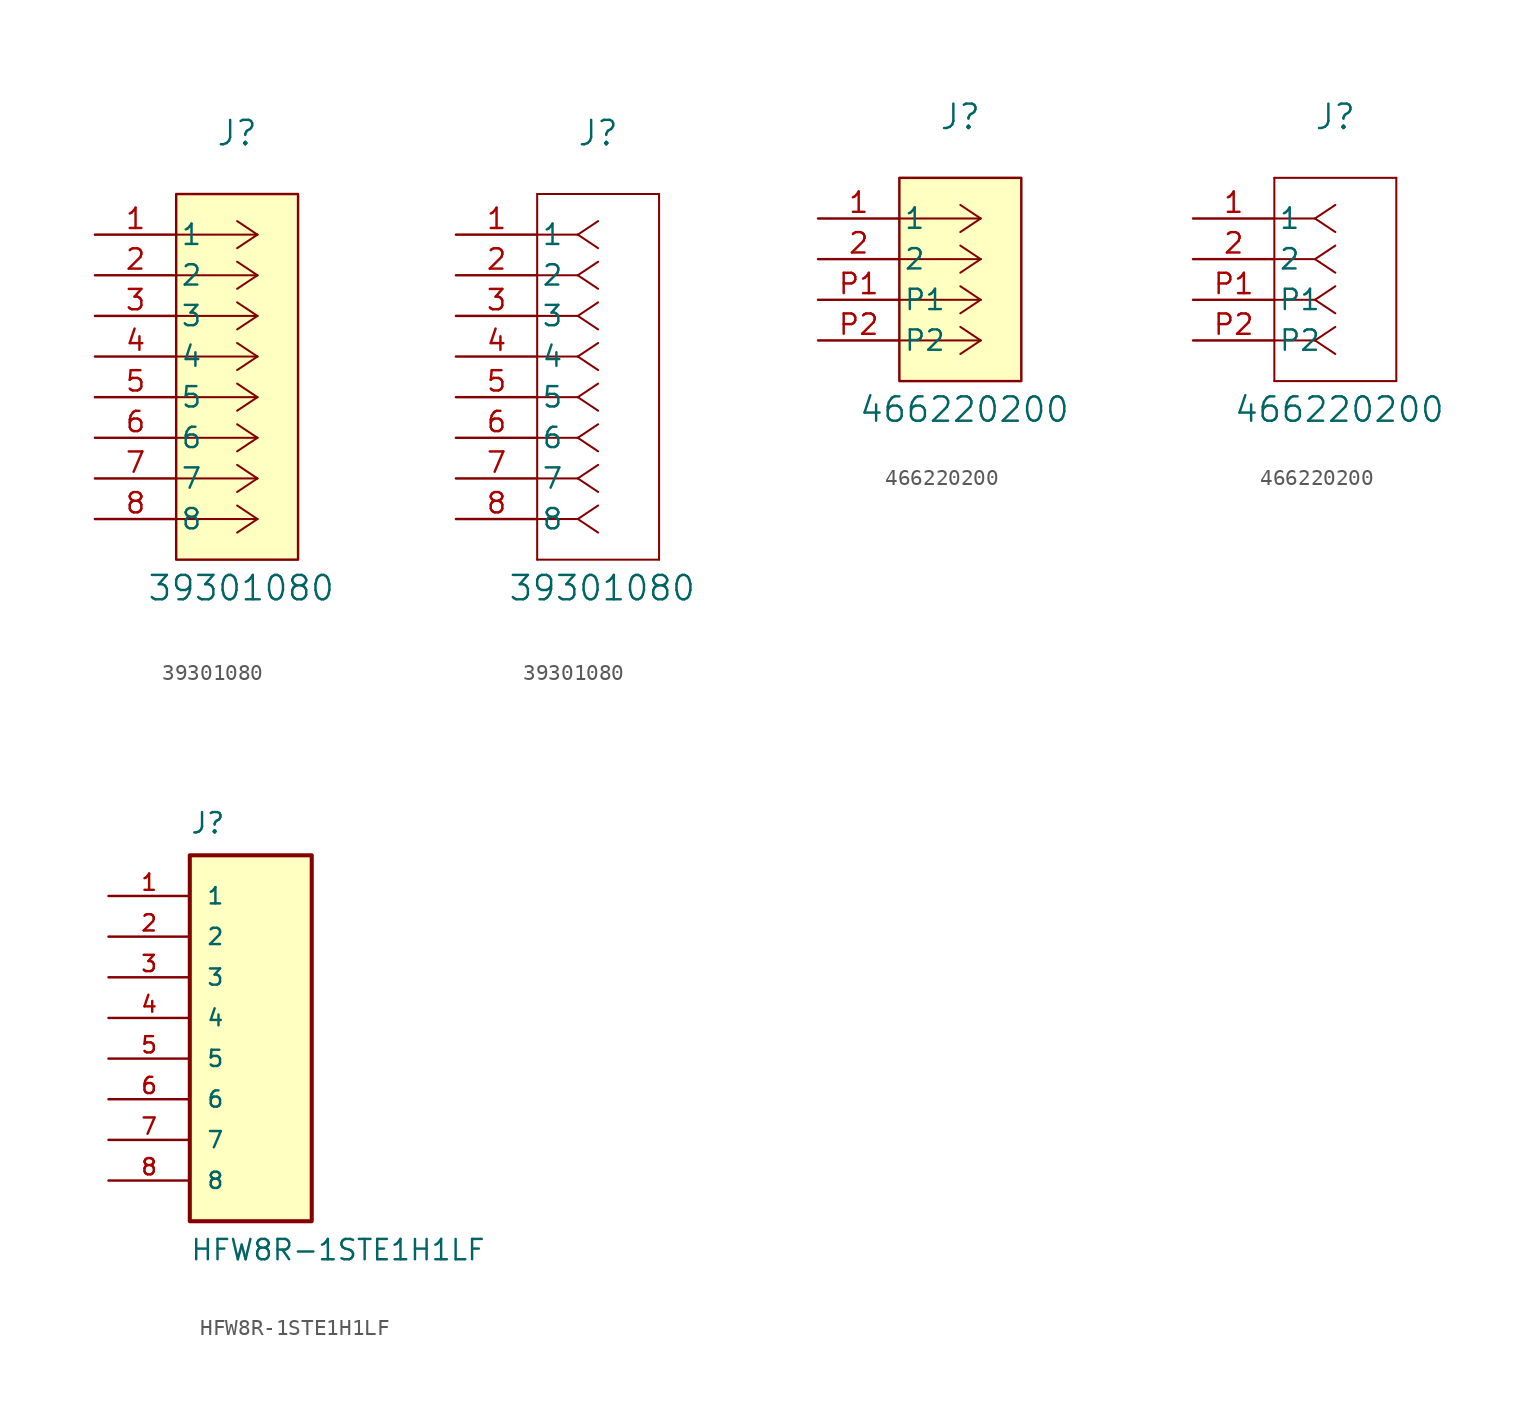
<source format=kicad_sym>
(kicad_symbol_lib
  (version 20231120)
  (generator "kicad_symbol_editor")
  (generator_version "8.0")
  (symbol "39301080"
    (pin_names
      (offset 0.254))
    (property "Reference" "J"
      (at 8.89 6.35 0)
      (effects (font (size 1.524 1.524))))
    (property "Value" "39301080"
      (at 9.144 -22.098 0)
      (effects (font (size 1.524 1.524))))
    (symbol "39301080_1_1"
      (polyline (pts (xy 10.16 -17.78) (xy 5.08 -17.78)) (stroke (width 0.127) (type default)) (fill (type none)))
      (polyline (pts (xy 10.16 -17.78) (xy 8.89 -18.627)) (stroke (width 0.127) (type default)) (fill (type none)))
      (polyline (pts (xy 10.16 -17.78) (xy 8.89 -16.933)) (stroke (width 0.127) (type default)) (fill (type none)))
      (polyline (pts (xy 10.16 -15.24) (xy 5.08 -15.24)) (stroke (width 0.127) (type default)) (fill (type none)))
      (polyline (pts (xy 10.16 -15.24) (xy 8.89 -16.087)) (stroke (width 0.127) (type default)) (fill (type none)))
      (polyline (pts (xy 10.16 -15.24) (xy 8.89 -14.393)) (stroke (width 0.127) (type default)) (fill (type none)))
      (polyline (pts (xy 10.16 -12.7) (xy 5.08 -12.7)) (stroke (width 0.127) (type default)) (fill (type none)))
      (polyline (pts (xy 10.16 -12.7) (xy 8.89 -13.547)) (stroke (width 0.127) (type default)) (fill (type none)))
      (polyline (pts (xy 10.16 -12.7) (xy 8.89 -11.853)) (stroke (width 0.127) (type default)) (fill (type none)))
      (polyline (pts (xy 10.16 -10.16) (xy 5.08 -10.16)) (stroke (width 0.127) (type default)) (fill (type none)))
      (polyline (pts (xy 10.16 -10.16) (xy 8.89 -11.007)) (stroke (width 0.127) (type default)) (fill (type none)))
      (polyline (pts (xy 10.16 -10.16) (xy 8.89 -9.313)) (stroke (width 0.127) (type default)) (fill (type none)))
      (polyline (pts (xy 10.16 -7.62) (xy 5.08 -7.62)) (stroke (width 0.127) (type default)) (fill (type none)))
      (polyline (pts (xy 10.16 -7.62) (xy 8.89 -8.467)) (stroke (width 0.127) (type default)) (fill (type none)))
      (polyline (pts (xy 10.16 -7.62) (xy 8.89 -6.773)) (stroke (width 0.127) (type default)) (fill (type none)))
      (polyline (pts (xy 10.16 -5.08) (xy 5.08 -5.08)) (stroke (width 0.127) (type default)) (fill (type none)))
      (polyline (pts (xy 10.16 -5.08) (xy 8.89 -5.927)) (stroke (width 0.127) (type default)) (fill (type none)))
      (polyline (pts (xy 10.16 -5.08) (xy 8.89 -4.233)) (stroke (width 0.127) (type default)) (fill (type none)))
      (polyline (pts (xy 10.16 -2.54) (xy 5.08 -2.54)) (stroke (width 0.127) (type default)) (fill (type none)))
      (polyline (pts (xy 10.16 -2.54) (xy 8.89 -3.387)) (stroke (width 0.127) (type default)) (fill (type none)))
      (polyline (pts (xy 10.16 -2.54) (xy 8.89 -1.693)) (stroke (width 0.127) (type default)) (fill (type none)))
      (polyline (pts (xy 10.16 0) (xy 5.08 0)) (stroke (width 0.127) (type default)) (fill (type none)))
      (polyline (pts (xy 10.16 0) (xy 8.89 -0.847)) (stroke (width 0.127) (type default)) (fill (type none)))
      (polyline (pts (xy 10.16 0) (xy 8.89 0.847)) (stroke (width 0.127) (type default)) (fill (type none)))
      (rectangle (start 5.08 2.54) (end 12.7 -20.32) (stroke (width 0) (type default)) (fill (type background)))
      (pin unspecified line (at 0 0 0) (length 5.08) (name "1" (effects (font (size 1.27 1.27)))) (number "1" (effects (font (size 1.27 1.27)))))
      (pin unspecified line (at 0 -2.54 0) (length 5.08) (name "2" (effects (font (size 1.27 1.27)))) (number "2" (effects (font (size 1.27 1.27)))))
      (pin unspecified line (at 0 -5.08 0) (length 5.08) (name "3" (effects (font (size 1.27 1.27)))) (number "3" (effects (font (size 1.27 1.27)))))
      (pin unspecified line (at 0 -7.62 0) (length 5.08) (name "4" (effects (font (size 1.27 1.27)))) (number "4" (effects (font (size 1.27 1.27)))))
      (pin unspecified line (at 0 -10.16 0) (length 5.08) (name "5" (effects (font (size 1.27 1.27)))) (number "5" (effects (font (size 1.27 1.27)))))
      (pin unspecified line (at 0 -12.7 0) (length 5.08) (name "6" (effects (font (size 1.27 1.27)))) (number "6" (effects (font (size 1.27 1.27)))))
      (pin unspecified line (at 0 -15.24 0) (length 5.08) (name "7" (effects (font (size 1.27 1.27)))) (number "7" (effects (font (size 1.27 1.27)))))
      (pin unspecified line (at 0 -17.78 0) (length 5.08) (name "8" (effects (font (size 1.27 1.27)))) (number "8" (effects (font (size 1.27 1.27))))))
    (symbol "39301080_1_2"
      (polyline (pts (xy 5.08 -20.32) (xy 12.7 -20.32)) (stroke (width 0.127) (type default)) (fill (type none)))
      (polyline (pts (xy 5.08 2.54) (xy 5.08 -20.32)) (stroke (width 0.127) (type default)) (fill (type none)))
      (polyline (pts (xy 7.62 -17.78) (xy 5.08 -17.78)) (stroke (width 0.127) (type default)) (fill (type none)))
      (polyline (pts (xy 7.62 -17.78) (xy 8.89 -18.627)) (stroke (width 0.127) (type default)) (fill (type none)))
      (polyline (pts (xy 7.62 -17.78) (xy 8.89 -16.933)) (stroke (width 0.127) (type default)) (fill (type none)))
      (polyline (pts (xy 7.62 -15.24) (xy 5.08 -15.24)) (stroke (width 0.127) (type default)) (fill (type none)))
      (polyline (pts (xy 7.62 -15.24) (xy 8.89 -16.087)) (stroke (width 0.127) (type default)) (fill (type none)))
      (polyline (pts (xy 7.62 -15.24) (xy 8.89 -14.393)) (stroke (width 0.127) (type default)) (fill (type none)))
      (polyline (pts (xy 7.62 -12.7) (xy 5.08 -12.7)) (stroke (width 0.127) (type default)) (fill (type none)))
      (polyline (pts (xy 7.62 -12.7) (xy 8.89 -13.547)) (stroke (width 0.127) (type default)) (fill (type none)))
      (polyline (pts (xy 7.62 -12.7) (xy 8.89 -11.853)) (stroke (width 0.127) (type default)) (fill (type none)))
      (polyline (pts (xy 7.62 -10.16) (xy 5.08 -10.16)) (stroke (width 0.127) (type default)) (fill (type none)))
      (polyline (pts (xy 7.62 -10.16) (xy 8.89 -11.007)) (stroke (width 0.127) (type default)) (fill (type none)))
      (polyline (pts (xy 7.62 -10.16) (xy 8.89 -9.313)) (stroke (width 0.127) (type default)) (fill (type none)))
      (polyline (pts (xy 7.62 -7.62) (xy 5.08 -7.62)) (stroke (width 0.127) (type default)) (fill (type none)))
      (polyline (pts (xy 7.62 -7.62) (xy 8.89 -8.467)) (stroke (width 0.127) (type default)) (fill (type none)))
      (polyline (pts (xy 7.62 -7.62) (xy 8.89 -6.773)) (stroke (width 0.127) (type default)) (fill (type none)))
      (polyline (pts (xy 7.62 -5.08) (xy 5.08 -5.08)) (stroke (width 0.127) (type default)) (fill (type none)))
      (polyline (pts (xy 7.62 -5.08) (xy 8.89 -5.927)) (stroke (width 0.127) (type default)) (fill (type none)))
      (polyline (pts (xy 7.62 -5.08) (xy 8.89 -4.233)) (stroke (width 0.127) (type default)) (fill (type none)))
      (polyline (pts (xy 7.62 -2.54) (xy 5.08 -2.54)) (stroke (width 0.127) (type default)) (fill (type none)))
      (polyline (pts (xy 7.62 -2.54) (xy 8.89 -3.387)) (stroke (width 0.127) (type default)) (fill (type none)))
      (polyline (pts (xy 7.62 -2.54) (xy 8.89 -1.693)) (stroke (width 0.127) (type default)) (fill (type none)))
      (polyline (pts (xy 7.62 0) (xy 5.08 0)) (stroke (width 0.127) (type default)) (fill (type none)))
      (polyline (pts (xy 7.62 0) (xy 8.89 -0.847)) (stroke (width 0.127) (type default)) (fill (type none)))
      (polyline (pts (xy 7.62 0) (xy 8.89 0.847)) (stroke (width 0.127) (type default)) (fill (type none)))
      (polyline (pts (xy 12.7 -20.32) (xy 12.7 2.54)) (stroke (width 0.127) (type default)) (fill (type none)))
      (polyline (pts (xy 12.7 2.54) (xy 5.08 2.54)) (stroke (width 0.127) (type default)) (fill (type none)))
      (pin unspecified line (at 0 0 0) (length 5.08) (name "1" (effects (font (size 1.27 1.27)))) (number "1" (effects (font (size 1.27 1.27)))))
      (pin unspecified line (at 0 -2.54 0) (length 5.08) (name "2" (effects (font (size 1.27 1.27)))) (number "2" (effects (font (size 1.27 1.27)))))
      (pin unspecified line (at 0 -5.08 0) (length 5.08) (name "3" (effects (font (size 1.27 1.27)))) (number "3" (effects (font (size 1.27 1.27)))))
      (pin unspecified line (at 0 -7.62 0) (length 5.08) (name "4" (effects (font (size 1.27 1.27)))) (number "4" (effects (font (size 1.27 1.27)))))
      (pin unspecified line (at 0 -10.16 0) (length 5.08) (name "5" (effects (font (size 1.27 1.27)))) (number "5" (effects (font (size 1.27 1.27)))))
      (pin unspecified line (at 0 -12.7 0) (length 5.08) (name "6" (effects (font (size 1.27 1.27)))) (number "6" (effects (font (size 1.27 1.27)))))
      (pin unspecified line (at 0 -15.24 0) (length 5.08) (name "7" (effects (font (size 1.27 1.27)))) (number "7" (effects (font (size 1.27 1.27)))))
      (pin unspecified line (at 0 -17.78 0) (length 5.08) (name "8" (effects (font (size 1.27 1.27)))) (number "8" (effects (font (size 1.27 1.27)))))))
  (symbol "466220200"
    (pin_names
      (offset 0.254))
    (property "Reference" "J"
      (at 8.89 6.35 0)
      (effects (font (size 1.524 1.524))))
    (property "Value" "466220200"
      (at 9.144 -11.938 0)
      (effects (font (size 1.524 1.524))))
    (symbol "466220200_1_1"
      (polyline (pts (xy 10.16 -7.62) (xy 5.08 -7.62)) (stroke (width 0.127) (type default)) (fill (type none)))
      (polyline (pts (xy 10.16 -7.62) (xy 8.89 -8.467)) (stroke (width 0.127) (type default)) (fill (type none)))
      (polyline (pts (xy 10.16 -7.62) (xy 8.89 -6.773)) (stroke (width 0.127) (type default)) (fill (type none)))
      (polyline (pts (xy 10.16 -5.08) (xy 5.08 -5.08)) (stroke (width 0.127) (type default)) (fill (type none)))
      (polyline (pts (xy 10.16 -5.08) (xy 8.89 -5.927)) (stroke (width 0.127) (type default)) (fill (type none)))
      (polyline (pts (xy 10.16 -5.08) (xy 8.89 -4.233)) (stroke (width 0.127) (type default)) (fill (type none)))
      (polyline (pts (xy 10.16 -2.54) (xy 5.08 -2.54)) (stroke (width 0.127) (type default)) (fill (type none)))
      (polyline (pts (xy 10.16 -2.54) (xy 8.89 -3.387)) (stroke (width 0.127) (type default)) (fill (type none)))
      (polyline (pts (xy 10.16 -2.54) (xy 8.89 -1.693)) (stroke (width 0.127) (type default)) (fill (type none)))
      (polyline (pts (xy 10.16 0) (xy 5.08 0)) (stroke (width 0.127) (type default)) (fill (type none)))
      (polyline (pts (xy 10.16 0) (xy 8.89 -0.847)) (stroke (width 0.127) (type default)) (fill (type none)))
      (polyline (pts (xy 10.16 0) (xy 8.89 0.847)) (stroke (width 0.127) (type default)) (fill (type none)))
      (rectangle (start 5.08 2.54) (end 12.7 -10.16) (stroke (width 0) (type default)) (fill (type background)))
      (pin unspecified line (at 0 0 0) (length 5.08) (name "1" (effects (font (size 1.27 1.27)))) (number "1" (effects (font (size 1.27 1.27)))))
      (pin unspecified line (at 0 -2.54 0) (length 5.08) (name "2" (effects (font (size 1.27 1.27)))) (number "2" (effects (font (size 1.27 1.27)))))
      (pin unspecified line (at 0 -5.08 0) (length 5.08) (name "P1" (effects (font (size 1.27 1.27)))) (number "P1" (effects (font (size 1.27 1.27)))))
      (pin unspecified line (at 0 -7.62 0) (length 5.08) (name "P2" (effects (font (size 1.27 1.27)))) (number "P2" (effects (font (size 1.27 1.27))))))
    (symbol "466220200_1_2"
      (polyline (pts (xy 5.08 -10.16) (xy 12.7 -10.16)) (stroke (width 0.127) (type default)) (fill (type none)))
      (polyline (pts (xy 5.08 2.54) (xy 5.08 -10.16)) (stroke (width 0.127) (type default)) (fill (type none)))
      (polyline (pts (xy 7.62 -7.62) (xy 5.08 -7.62)) (stroke (width 0.127) (type default)) (fill (type none)))
      (polyline (pts (xy 7.62 -7.62) (xy 8.89 -8.467)) (stroke (width 0.127) (type default)) (fill (type none)))
      (polyline (pts (xy 7.62 -7.62) (xy 8.89 -6.773)) (stroke (width 0.127) (type default)) (fill (type none)))
      (polyline (pts (xy 7.62 -5.08) (xy 5.08 -5.08)) (stroke (width 0.127) (type default)) (fill (type none)))
      (polyline (pts (xy 7.62 -5.08) (xy 8.89 -5.927)) (stroke (width 0.127) (type default)) (fill (type none)))
      (polyline (pts (xy 7.62 -5.08) (xy 8.89 -4.233)) (stroke (width 0.127) (type default)) (fill (type none)))
      (polyline (pts (xy 7.62 -2.54) (xy 5.08 -2.54)) (stroke (width 0.127) (type default)) (fill (type none)))
      (polyline (pts (xy 7.62 -2.54) (xy 8.89 -3.387)) (stroke (width 0.127) (type default)) (fill (type none)))
      (polyline (pts (xy 7.62 -2.54) (xy 8.89 -1.693)) (stroke (width 0.127) (type default)) (fill (type none)))
      (polyline (pts (xy 7.62 0) (xy 5.08 0)) (stroke (width 0.127) (type default)) (fill (type none)))
      (polyline (pts (xy 7.62 0) (xy 8.89 -0.847)) (stroke (width 0.127) (type default)) (fill (type none)))
      (polyline (pts (xy 7.62 0) (xy 8.89 0.847)) (stroke (width 0.127) (type default)) (fill (type none)))
      (polyline (pts (xy 12.7 -10.16) (xy 12.7 2.54)) (stroke (width 0.127) (type default)) (fill (type none)))
      (polyline (pts (xy 12.7 2.54) (xy 5.08 2.54)) (stroke (width 0.127) (type default)) (fill (type none)))
      (pin unspecified line (at 0 0 0) (length 5.08) (name "1" (effects (font (size 1.27 1.27)))) (number "1" (effects (font (size 1.27 1.27)))))
      (pin unspecified line (at 0 -2.54 0) (length 5.08) (name "2" (effects (font (size 1.27 1.27)))) (number "2" (effects (font (size 1.27 1.27)))))
      (pin unspecified line (at 0 -5.08 0) (length 5.08) (name "P1" (effects (font (size 1.27 1.27)))) (number "P1" (effects (font (size 1.27 1.27)))))
      (pin unspecified line (at 0 -7.62 0) (length 5.08) (name "P2" (effects (font (size 1.27 1.27)))) (number "P2" (effects (font (size 1.27 1.27)))))))
  (symbol "HFW8R-1STE1H1LF"
    (pin_names
      (offset 1.016))
    (property "Reference" "J"
      (at 0 11.43 0)
      (effects (font (size 1.27 1.27)) (justify left bottom)))
    (property "Value" "HFW8R-1STE1H1LF"
      (at 0 -15.24 0)
      (effects (font (size 1.27 1.27)) (justify left bottom)))
    (symbol "HFW8R-1STE1H1LF_0_0"
      (rectangle (start 0 -12.7) (end 7.62 10.16) (stroke (width 0.254) (type default)) (fill (type background)))
      (pin passive line (at -5.08 7.62 0) (length 5.08) (name "1" (effects (font (size 1.016 1.016)))) (number "1" (effects (font (size 1.016 1.016)))))
      (pin passive line (at -5.08 5.08 0) (length 5.08) (name "2" (effects (font (size 1.016 1.016)))) (number "2" (effects (font (size 1.016 1.016)))))
      (pin passive line (at -5.08 2.54 0) (length 5.08) (name "3" (effects (font (size 1.016 1.016)))) (number "3" (effects (font (size 1.016 1.016)))))
      (pin passive line (at -5.08 0 0) (length 5.08) (name "4" (effects (font (size 1.016 1.016)))) (number "4" (effects (font (size 1.016 1.016)))))
      (pin passive line (at -5.08 -2.54 0) (length 5.08) (name "5" (effects (font (size 1.016 1.016)))) (number "5" (effects (font (size 1.016 1.016)))))
      (pin passive line (at -5.08 -5.08 0) (length 5.08) (name "6" (effects (font (size 1.016 1.016)))) (number "6" (effects (font (size 1.016 1.016)))))
      (pin passive line (at -5.08 -7.62 0) (length 5.08) (name "7" (effects (font (size 1.016 1.016)))) (number "7" (effects (font (size 1.016 1.016)))))
      (pin passive line (at -5.08 -10.16 0) (length 5.08) (name "8" (effects (font (size 1.016 1.016)))) (number "8" (effects (font (size 1.016 1.016))))))))
</source>
